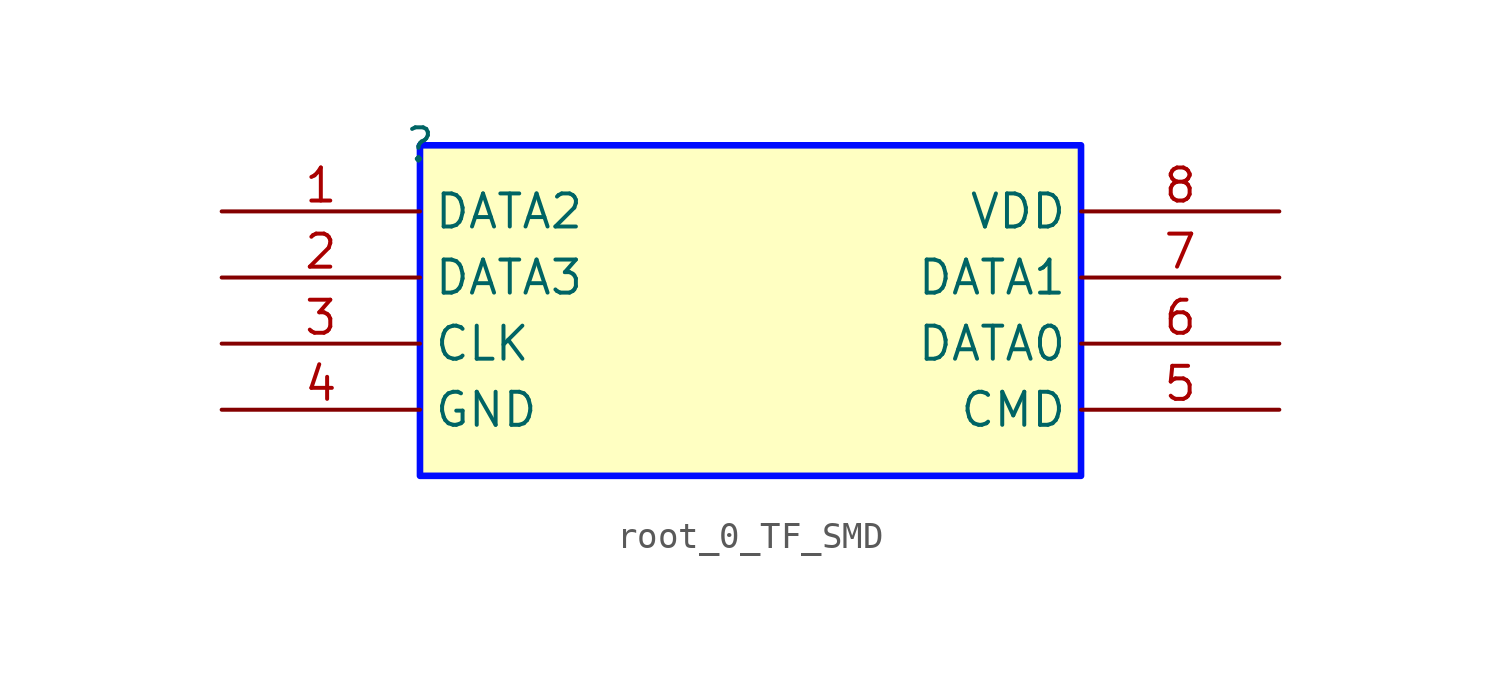
<source format=kicad_sym>
(kicad_symbol_lib
  (version 20231120)
  (generator "kicad_symbol_editor")
  (generator_version "8.0")
  (symbol "root_0_TF_SMD"
    (property "Reference" ""
      (at 0 0 0)
      (effects (font (size 1.27 1.27))))
    (property "Value" ""
      (at 0 0 0)
      (effects (font (size 1.27 1.27))))
    (symbol "root_0_TF_SMD_1_0"
      (rectangle (start 25.4 0) (end 0 -12.7) (stroke (width 0.254) (type solid) (color 0 11 255 1)) (fill (type background)))
      (pin passive line (at -7.62 -2.54 0) (length 7.62) (name "DATA2" (effects (font (size 1.27 1.27)))) (number "1" (effects (font (size 1.27 1.27)))))
      (pin passive line (at -7.62 -5.08 0) (length 7.62) (name "DATA3" (effects (font (size 1.27 1.27)))) (number "2" (effects (font (size 1.27 1.27)))))
      (pin passive line (at -7.62 -7.62 0) (length 7.62) (name "CLK" (effects (font (size 1.27 1.27)))) (number "3" (effects (font (size 1.27 1.27)))))
      (pin passive line (at -7.62 -10.16 0) (length 7.62) (name "GND" (effects (font (size 1.27 1.27)))) (number "4" (effects (font (size 1.27 1.27)))))
      (pin passive line (at 33.02 -10.16 180) (length 7.62) (name "CMD" (effects (font (size 1.27 1.27)))) (number "5" (effects (font (size 1.27 1.27)))))
      (pin passive line (at 33.02 -7.62 180) (length 7.62) (name "DATA0" (effects (font (size 1.27 1.27)))) (number "6" (effects (font (size 1.27 1.27)))))
      (pin passive line (at 33.02 -5.08 180) (length 7.62) (name "DATA1" (effects (font (size 1.27 1.27)))) (number "7" (effects (font (size 1.27 1.27)))))
      (pin passive line (at 33.02 -2.54 180) (length 7.62) (name "VDD" (effects (font (size 1.27 1.27)))) (number "8" (effects (font (size 1.27 1.27))))))))
</source>
